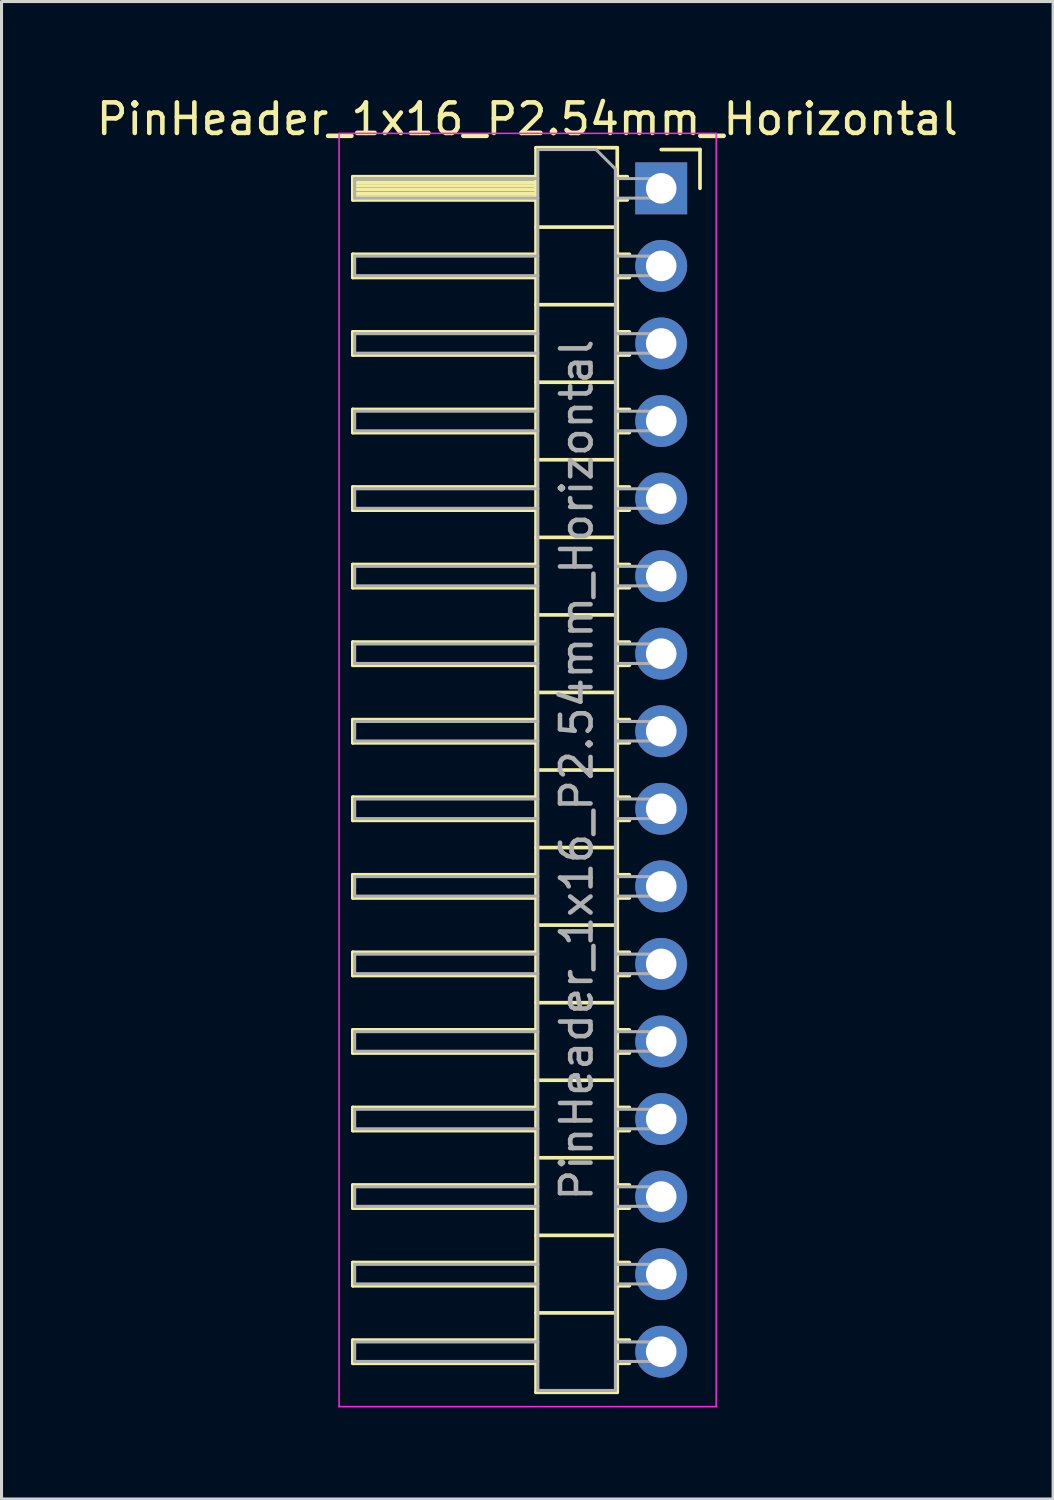
<source format=kicad_pcb>
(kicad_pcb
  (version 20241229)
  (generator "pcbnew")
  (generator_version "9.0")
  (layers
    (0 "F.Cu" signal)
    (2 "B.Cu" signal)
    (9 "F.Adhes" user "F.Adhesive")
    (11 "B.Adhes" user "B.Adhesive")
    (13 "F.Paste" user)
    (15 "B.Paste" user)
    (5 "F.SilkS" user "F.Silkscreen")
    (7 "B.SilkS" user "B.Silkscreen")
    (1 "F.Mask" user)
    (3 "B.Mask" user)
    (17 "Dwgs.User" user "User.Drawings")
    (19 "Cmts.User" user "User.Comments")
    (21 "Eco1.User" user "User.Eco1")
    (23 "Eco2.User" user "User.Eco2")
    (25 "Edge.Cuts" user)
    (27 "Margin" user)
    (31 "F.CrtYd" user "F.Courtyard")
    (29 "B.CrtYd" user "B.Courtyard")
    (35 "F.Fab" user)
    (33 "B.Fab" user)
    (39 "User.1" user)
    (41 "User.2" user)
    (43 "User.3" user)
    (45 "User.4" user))
  (footprint "PinHeader_1x16_P2.54mm_Horizontal"
    (layer "F.Cu")
    (at 18.605 3.118)
    (property "Reference" "PinHeader_1x16_P2.54mm_Horizontal" (at -4.385 -2.27 0) (layer "F.SilkS") (effects (font (size 1 1) (thickness 0.15))))
    (attr through_hole)
    (fp_line (start -10.1 -0.38) (end -10.1 0.38) (stroke (width 0.12) (type solid)) (layer "F.SilkS"))
    (fp_line (start -10.1 0.38) (end -4.1 0.38) (stroke (width 0.12) (type solid)) (layer "F.SilkS"))
    (fp_line (start -10.1 2.16) (end -10.1 2.92) (stroke (width 0.12) (type solid)) (layer "F.SilkS"))
    (fp_line (start -10.1 2.92) (end -4.1 2.92) (stroke (width 0.12) (type solid)) (layer "F.SilkS"))
    (fp_line (start -10.1 4.7) (end -10.1 5.46) (stroke (width 0.12) (type solid)) (layer "F.SilkS"))
    (fp_line (start -10.1 5.46) (end -4.1 5.46) (stroke (width 0.12) (type solid)) (layer "F.SilkS"))
    (fp_line (start -10.1 7.24) (end -10.1 8) (stroke (width 0.12) (type solid)) (layer "F.SilkS"))
    (fp_line (start -10.1 8) (end -4.1 8) (stroke (width 0.12) (type solid)) (layer "F.SilkS"))
    (fp_line (start -10.1 9.78) (end -10.1 10.54) (stroke (width 0.12) (type solid)) (layer "F.SilkS"))
    (fp_line (start -10.1 10.54) (end -4.1 10.54) (stroke (width 0.12) (type solid)) (layer "F.SilkS"))
    (fp_line (start -10.1 12.32) (end -10.1 13.08) (stroke (width 0.12) (type solid)) (layer "F.SilkS"))
    (fp_line (start -10.1 13.08) (end -4.1 13.08) (stroke (width 0.12) (type solid)) (layer "F.SilkS"))
    (fp_line (start -10.1 14.86) (end -10.1 15.62) (stroke (width 0.12) (type solid)) (layer "F.SilkS"))
    (fp_line (start -10.1 15.62) (end -4.1 15.62) (stroke (width 0.12) (type solid)) (layer "F.SilkS"))
    (fp_line (start -10.1 17.4) (end -10.1 18.16) (stroke (width 0.12) (type solid)) (layer "F.SilkS"))
    (fp_line (start -10.1 18.16) (end -4.1 18.16) (stroke (width 0.12) (type solid)) (layer "F.SilkS"))
    (fp_line (start -10.1 19.94) (end -10.1 20.7) (stroke (width 0.12) (type solid)) (layer "F.SilkS"))
    (fp_line (start -10.1 20.7) (end -4.1 20.7) (stroke (width 0.12) (type solid)) (layer "F.SilkS"))
    (fp_line (start -10.1 22.48) (end -10.1 23.24) (stroke (width 0.12) (type solid)) (layer "F.SilkS"))
    (fp_line (start -10.1 23.24) (end -4.1 23.24) (stroke (width 0.12) (type solid)) (layer "F.SilkS"))
    (fp_line (start -10.1 25.02) (end -10.1 25.78) (stroke (width 0.12) (type solid)) (layer "F.SilkS"))
    (fp_line (start -10.1 25.78) (end -4.1 25.78) (stroke (width 0.12) (type solid)) (layer "F.SilkS"))
    (fp_line (start -10.1 27.56) (end -10.1 28.32) (stroke (width 0.12) (type solid)) (layer "F.SilkS"))
    (fp_line (start -10.1 28.32) (end -4.1 28.32) (stroke (width 0.12) (type solid)) (layer "F.SilkS"))
    (fp_line (start -10.1 30.1) (end -10.1 30.86) (stroke (width 0.12) (type solid)) (layer "F.SilkS"))
    (fp_line (start -10.1 30.86) (end -4.1 30.86) (stroke (width 0.12) (type solid)) (layer "F.SilkS"))
    (fp_line (start -10.1 32.64) (end -10.1 33.4) (stroke (width 0.12) (type solid)) (layer "F.SilkS"))
    (fp_line (start -10.1 33.4) (end -4.1 33.4) (stroke (width 0.12) (type solid)) (layer "F.SilkS"))
    (fp_line (start -10.1 35.18) (end -10.1 35.94) (stroke (width 0.12) (type solid)) (layer "F.SilkS"))
    (fp_line (start -10.1 35.94) (end -4.1 35.94) (stroke (width 0.12) (type solid)) (layer "F.SilkS"))
    (fp_line (start -10.1 37.72) (end -10.1 38.48) (stroke (width 0.12) (type solid)) (layer "F.SilkS"))
    (fp_line (start -10.1 38.48) (end -4.1 38.48) (stroke (width 0.12) (type solid)) (layer "F.SilkS"))
    (fp_line (start -4.1 -1.33) (end -1.44 -1.33) (stroke (width 0.12) (type solid)) (layer "F.SilkS"))
    (fp_line (start -4.1 -0.38) (end -10.1 -0.38) (stroke (width 0.12) (type solid)) (layer "F.SilkS"))
    (fp_line (start -4.1 -0.32) (end -10.1 -0.32) (stroke (width 0.12) (type solid)) (layer "F.SilkS"))
    (fp_line (start -4.1 -0.2) (end -10.1 -0.2) (stroke (width 0.12) (type solid)) (layer "F.SilkS"))
    (fp_line (start -4.1 -0.08) (end -10.1 -0.08) (stroke (width 0.12) (type solid)) (layer "F.SilkS"))
    (fp_line (start -4.1 0.04) (end -10.1 0.04) (stroke (width 0.12) (type solid)) (layer "F.SilkS"))
    (fp_line (start -4.1 0.16) (end -10.1 0.16) (stroke (width 0.12) (type solid)) (layer "F.SilkS"))
    (fp_line (start -4.1 0.28) (end -10.1 0.28) (stroke (width 0.12) (type solid)) (layer "F.SilkS"))
    (fp_line (start -4.1 2.16) (end -10.1 2.16) (stroke (width 0.12) (type solid)) (layer "F.SilkS"))
    (fp_line (start -4.1 4.7) (end -10.1 4.7) (stroke (width 0.12) (type solid)) (layer "F.SilkS"))
    (fp_line (start -4.1 7.24) (end -10.1 7.24) (stroke (width 0.12) (type solid)) (layer "F.SilkS"))
    (fp_line (start -4.1 9.78) (end -10.1 9.78) (stroke (width 0.12) (type solid)) (layer "F.SilkS"))
    (fp_line (start -4.1 12.32) (end -10.1 12.32) (stroke (width 0.12) (type solid)) (layer "F.SilkS"))
    (fp_line (start -4.1 14.86) (end -10.1 14.86) (stroke (width 0.12) (type solid)) (layer "F.SilkS"))
    (fp_line (start -4.1 17.4) (end -10.1 17.4) (stroke (width 0.12) (type solid)) (layer "F.SilkS"))
    (fp_line (start -4.1 19.94) (end -10.1 19.94) (stroke (width 0.12) (type solid)) (layer "F.SilkS"))
    (fp_line (start -4.1 22.48) (end -10.1 22.48) (stroke (width 0.12) (type solid)) (layer "F.SilkS"))
    (fp_line (start -4.1 25.02) (end -10.1 25.02) (stroke (width 0.12) (type solid)) (layer "F.SilkS"))
    (fp_line (start -4.1 27.56) (end -10.1 27.56) (stroke (width 0.12) (type solid)) (layer "F.SilkS"))
    (fp_line (start -4.1 30.1) (end -10.1 30.1) (stroke (width 0.12) (type solid)) (layer "F.SilkS"))
    (fp_line (start -4.1 32.64) (end -10.1 32.64) (stroke (width 0.12) (type solid)) (layer "F.SilkS"))
    (fp_line (start -4.1 35.18) (end -10.1 35.18) (stroke (width 0.12) (type solid)) (layer "F.SilkS"))
    (fp_line (start -4.1 37.72) (end -10.1 37.72) (stroke (width 0.12) (type solid)) (layer "F.SilkS"))
    (fp_line (start -4.1 39.43) (end -4.1 -1.33) (stroke (width 0.12) (type solid)) (layer "F.SilkS"))
    (fp_line (start -1.44 -1.33) (end -1.44 39.43) (stroke (width 0.12) (type solid)) (layer "F.SilkS"))
    (fp_line (start -1.44 1.27) (end -4.1 1.27) (stroke (width 0.12) (type solid)) (layer "F.SilkS"))
    (fp_line (start -1.44 3.81) (end -4.1 3.81) (stroke (width 0.12) (type solid)) (layer "F.SilkS"))
    (fp_line (start -1.44 6.35) (end -4.1 6.35) (stroke (width 0.12) (type solid)) (layer "F.SilkS"))
    (fp_line (start -1.44 8.89) (end -4.1 8.89) (stroke (width 0.12) (type solid)) (layer "F.SilkS"))
    (fp_line (start -1.44 11.43) (end -4.1 11.43) (stroke (width 0.12) (type solid)) (layer "F.SilkS"))
    (fp_line (start -1.44 13.97) (end -4.1 13.97) (stroke (width 0.12) (type solid)) (layer "F.SilkS"))
    (fp_line (start -1.44 16.51) (end -4.1 16.51) (stroke (width 0.12) (type solid)) (layer "F.SilkS"))
    (fp_line (start -1.44 19.05) (end -4.1 19.05) (stroke (width 0.12) (type solid)) (layer "F.SilkS"))
    (fp_line (start -1.44 21.59) (end -4.1 21.59) (stroke (width 0.12) (type solid)) (layer "F.SilkS"))
    (fp_line (start -1.44 24.13) (end -4.1 24.13) (stroke (width 0.12) (type solid)) (layer "F.SilkS"))
    (fp_line (start -1.44 26.67) (end -4.1 26.67) (stroke (width 0.12) (type solid)) (layer "F.SilkS"))
    (fp_line (start -1.44 29.21) (end -4.1 29.21) (stroke (width 0.12) (type solid)) (layer "F.SilkS"))
    (fp_line (start -1.44 31.75) (end -4.1 31.75) (stroke (width 0.12) (type solid)) (layer "F.SilkS"))
    (fp_line (start -1.44 34.29) (end -4.1 34.29) (stroke (width 0.12) (type solid)) (layer "F.SilkS"))
    (fp_line (start -1.44 36.83) (end -4.1 36.83) (stroke (width 0.12) (type solid)) (layer "F.SilkS"))
    (fp_line (start -1.44 39.43) (end -4.1 39.43) (stroke (width 0.12) (type solid)) (layer "F.SilkS"))
    (fp_line (start -1.11 -0.38) (end -1.44 -0.38) (stroke (width 0.12) (type solid)) (layer "F.SilkS"))
    (fp_line (start -1.11 0.38) (end -1.44 0.38) (stroke (width 0.12) (type solid)) (layer "F.SilkS"))
    (fp_line (start -1.043 2.16) (end -1.44 2.16) (stroke (width 0.12) (type solid)) (layer "F.SilkS"))
    (fp_line (start -1.043 2.92) (end -1.44 2.92) (stroke (width 0.12) (type solid)) (layer "F.SilkS"))
    (fp_line (start -1.043 4.7) (end -1.44 4.7) (stroke (width 0.12) (type solid)) (layer "F.SilkS"))
    (fp_line (start -1.043 5.46) (end -1.44 5.46) (stroke (width 0.12) (type solid)) (layer "F.SilkS"))
    (fp_line (start -1.043 7.24) (end -1.44 7.24) (stroke (width 0.12) (type solid)) (layer "F.SilkS"))
    (fp_line (start -1.043 8) (end -1.44 8) (stroke (width 0.12) (type solid)) (layer "F.SilkS"))
    (fp_line (start -1.043 9.78) (end -1.44 9.78) (stroke (width 0.12) (type solid)) (layer "F.SilkS"))
    (fp_line (start -1.043 10.54) (end -1.44 10.54) (stroke (width 0.12) (type solid)) (layer "F.SilkS"))
    (fp_line (start -1.043 12.32) (end -1.44 12.32) (stroke (width 0.12) (type solid)) (layer "F.SilkS"))
    (fp_line (start -1.043 13.08) (end -1.44 13.08) (stroke (width 0.12) (type solid)) (layer "F.SilkS"))
    (fp_line (start -1.043 14.86) (end -1.44 14.86) (stroke (width 0.12) (type solid)) (layer "F.SilkS"))
    (fp_line (start -1.043 15.62) (end -1.44 15.62) (stroke (width 0.12) (type solid)) (layer "F.SilkS"))
    (fp_line (start -1.043 17.4) (end -1.44 17.4) (stroke (width 0.12) (type solid)) (layer "F.SilkS"))
    (fp_line (start -1.043 18.16) (end -1.44 18.16) (stroke (width 0.12) (type solid)) (layer "F.SilkS"))
    (fp_line (start -1.043 19.94) (end -1.44 19.94) (stroke (width 0.12) (type solid)) (layer "F.SilkS"))
    (fp_line (start -1.043 20.7) (end -1.44 20.7) (stroke (width 0.12) (type solid)) (layer "F.SilkS"))
    (fp_line (start -1.043 22.48) (end -1.44 22.48) (stroke (width 0.12) (type solid)) (layer "F.SilkS"))
    (fp_line (start -1.043 23.24) (end -1.44 23.24) (stroke (width 0.12) (type solid)) (layer "F.SilkS"))
    (fp_line (start -1.043 25.02) (end -1.44 25.02) (stroke (width 0.12) (type solid)) (layer "F.SilkS"))
    (fp_line (start -1.043 25.78) (end -1.44 25.78) (stroke (width 0.12) (type solid)) (layer "F.SilkS"))
    (fp_line (start -1.043 27.56) (end -1.44 27.56) (stroke (width 0.12) (type solid)) (layer "F.SilkS"))
    (fp_line (start -1.043 28.32) (end -1.44 28.32) (stroke (width 0.12) (type solid)) (layer "F.SilkS"))
    (fp_line (start -1.043 30.1) (end -1.44 30.1) (stroke (width 0.12) (type solid)) (layer "F.SilkS"))
    (fp_line (start -1.043 30.86) (end -1.44 30.86) (stroke (width 0.12) (type solid)) (layer "F.SilkS"))
    (fp_line (start -1.043 32.64) (end -1.44 32.64) (stroke (width 0.12) (type solid)) (layer "F.SilkS"))
    (fp_line (start -1.043 33.4) (end -1.44 33.4) (stroke (width 0.12) (type solid)) (layer "F.SilkS"))
    (fp_line (start -1.043 35.18) (end -1.44 35.18) (stroke (width 0.12) (type solid)) (layer "F.SilkS"))
    (fp_line (start -1.043 35.94) (end -1.44 35.94) (stroke (width 0.12) (type solid)) (layer "F.SilkS"))
    (fp_line (start -1.043 37.72) (end -1.44 37.72) (stroke (width 0.12) (type solid)) (layer "F.SilkS"))
    (fp_line (start -1.043 38.48) (end -1.44 38.48) (stroke (width 0.12) (type solid)) (layer "F.SilkS"))
    (fp_line (start 1.27 -1.27) (end 0 -1.27) (stroke (width 0.12) (type solid)) (layer "F.SilkS"))
    (fp_line (start 1.27 0) (end 1.27 -1.27) (stroke (width 0.12) (type solid)) (layer "F.SilkS"))
    (fp_line (start -10.55 -1.8) (end 1.8 -1.8) (stroke (width 0.05) (type solid)) (layer "F.CrtYd"))
    (fp_line (start -10.55 39.9) (end -10.55 -1.8) (stroke (width 0.05) (type solid)) (layer "F.CrtYd"))
    (fp_line (start 1.8 -1.8) (end 1.8 39.9) (stroke (width 0.05) (type solid)) (layer "F.CrtYd"))
    (fp_line (start 1.8 39.9) (end -10.55 39.9) (stroke (width 0.05) (type solid)) (layer "F.CrtYd"))
    (fp_line (start -10.04 -0.32) (end -10.04 0.32) (stroke (width 0.1) (type solid)) (layer "F.Fab"))
    (fp_line (start -10.04 2.22) (end -10.04 2.86) (stroke (width 0.1) (type solid)) (layer "F.Fab"))
    (fp_line (start -10.04 4.76) (end -10.04 5.4) (stroke (width 0.1) (type solid)) (layer "F.Fab"))
    (fp_line (start -10.04 7.3) (end -10.04 7.94) (stroke (width 0.1) (type solid)) (layer "F.Fab"))
    (fp_line (start -10.04 9.84) (end -10.04 10.48) (stroke (width 0.1) (type solid)) (layer "F.Fab"))
    (fp_line (start -10.04 12.38) (end -10.04 13.02) (stroke (width 0.1) (type solid)) (layer "F.Fab"))
    (fp_line (start -10.04 14.92) (end -10.04 15.56) (stroke (width 0.1) (type solid)) (layer "F.Fab"))
    (fp_line (start -10.04 17.46) (end -10.04 18.1) (stroke (width 0.1) (type solid)) (layer "F.Fab"))
    (fp_line (start -10.04 20) (end -10.04 20.64) (stroke (width 0.1) (type solid)) (layer "F.Fab"))
    (fp_line (start -10.04 22.54) (end -10.04 23.18) (stroke (width 0.1) (type solid)) (layer "F.Fab"))
    (fp_line (start -10.04 25.08) (end -10.04 25.72) (stroke (width 0.1) (type solid)) (layer "F.Fab"))
    (fp_line (start -10.04 27.62) (end -10.04 28.26) (stroke (width 0.1) (type solid)) (layer "F.Fab"))
    (fp_line (start -10.04 30.16) (end -10.04 30.8) (stroke (width 0.1) (type solid)) (layer "F.Fab"))
    (fp_line (start -10.04 32.7) (end -10.04 33.34) (stroke (width 0.1) (type solid)) (layer "F.Fab"))
    (fp_line (start -10.04 35.24) (end -10.04 35.88) (stroke (width 0.1) (type solid)) (layer "F.Fab"))
    (fp_line (start -10.04 37.78) (end -10.04 38.42) (stroke (width 0.1) (type solid)) (layer "F.Fab"))
    (fp_line (start -4.04 -1.27) (end -4.04 39.37) (stroke (width 0.1) (type solid)) (layer "F.Fab"))
    (fp_line (start -4.04 -0.32) (end -10.04 -0.32) (stroke (width 0.1) (type solid)) (layer "F.Fab"))
    (fp_line (start -4.04 0.32) (end -10.04 0.32) (stroke (width 0.1) (type solid)) (layer "F.Fab"))
    (fp_line (start -4.04 2.22) (end -10.04 2.22) (stroke (width 0.1) (type solid)) (layer "F.Fab"))
    (fp_line (start -4.04 2.86) (end -10.04 2.86) (stroke (width 0.1) (type solid)) (layer "F.Fab"))
    (fp_line (start -4.04 4.76) (end -10.04 4.76) (stroke (width 0.1) (type solid)) (layer "F.Fab"))
    (fp_line (start -4.04 5.4) (end -10.04 5.4) (stroke (width 0.1) (type solid)) (layer "F.Fab"))
    (fp_line (start -4.04 7.3) (end -10.04 7.3) (stroke (width 0.1) (type solid)) (layer "F.Fab"))
    (fp_line (start -4.04 7.94) (end -10.04 7.94) (stroke (width 0.1) (type solid)) (layer "F.Fab"))
    (fp_line (start -4.04 9.84) (end -10.04 9.84) (stroke (width 0.1) (type solid)) (layer "F.Fab"))
    (fp_line (start -4.04 10.48) (end -10.04 10.48) (stroke (width 0.1) (type solid)) (layer "F.Fab"))
    (fp_line (start -4.04 12.38) (end -10.04 12.38) (stroke (width 0.1) (type solid)) (layer "F.Fab"))
    (fp_line (start -4.04 13.02) (end -10.04 13.02) (stroke (width 0.1) (type solid)) (layer "F.Fab"))
    (fp_line (start -4.04 14.92) (end -10.04 14.92) (stroke (width 0.1) (type solid)) (layer "F.Fab"))
    (fp_line (start -4.04 15.56) (end -10.04 15.56) (stroke (width 0.1) (type solid)) (layer "F.Fab"))
    (fp_line (start -4.04 17.46) (end -10.04 17.46) (stroke (width 0.1) (type solid)) (layer "F.Fab"))
    (fp_line (start -4.04 18.1) (end -10.04 18.1) (stroke (width 0.1) (type solid)) (layer "F.Fab"))
    (fp_line (start -4.04 20) (end -10.04 20) (stroke (width 0.1) (type solid)) (layer "F.Fab"))
    (fp_line (start -4.04 20.64) (end -10.04 20.64) (stroke (width 0.1) (type solid)) (layer "F.Fab"))
    (fp_line (start -4.04 22.54) (end -10.04 22.54) (stroke (width 0.1) (type solid)) (layer "F.Fab"))
    (fp_line (start -4.04 23.18) (end -10.04 23.18) (stroke (width 0.1) (type solid)) (layer "F.Fab"))
    (fp_line (start -4.04 25.08) (end -10.04 25.08) (stroke (width 0.1) (type solid)) (layer "F.Fab"))
    (fp_line (start -4.04 25.72) (end -10.04 25.72) (stroke (width 0.1) (type solid)) (layer "F.Fab"))
    (fp_line (start -4.04 27.62) (end -10.04 27.62) (stroke (width 0.1) (type solid)) (layer "F.Fab"))
    (fp_line (start -4.04 28.26) (end -10.04 28.26) (stroke (width 0.1) (type solid)) (layer "F.Fab"))
    (fp_line (start -4.04 30.16) (end -10.04 30.16) (stroke (width 0.1) (type solid)) (layer "F.Fab"))
    (fp_line (start -4.04 30.8) (end -10.04 30.8) (stroke (width 0.1) (type solid)) (layer "F.Fab"))
    (fp_line (start -4.04 32.7) (end -10.04 32.7) (stroke (width 0.1) (type solid)) (layer "F.Fab"))
    (fp_line (start -4.04 33.34) (end -10.04 33.34) (stroke (width 0.1) (type solid)) (layer "F.Fab"))
    (fp_line (start -4.04 35.24) (end -10.04 35.24) (stroke (width 0.1) (type solid)) (layer "F.Fab"))
    (fp_line (start -4.04 35.88) (end -10.04 35.88) (stroke (width 0.1) (type solid)) (layer "F.Fab"))
    (fp_line (start -4.04 37.78) (end -10.04 37.78) (stroke (width 0.1) (type solid)) (layer "F.Fab"))
    (fp_line (start -4.04 38.42) (end -10.04 38.42) (stroke (width 0.1) (type solid)) (layer "F.Fab"))
    (fp_line (start -4.04 39.37) (end -1.5 39.37) (stroke (width 0.1) (type solid)) (layer "F.Fab"))
    (fp_line (start -2.135 -1.27) (end -4.04 -1.27) (stroke (width 0.1) (type solid)) (layer "F.Fab"))
    (fp_line (start -1.5 -0.635) (end -2.135 -1.27) (stroke (width 0.1) (type solid)) (layer "F.Fab"))
    (fp_line (start -1.5 39.37) (end -1.5 -0.635) (stroke (width 0.1) (type solid)) (layer "F.Fab"))
    (fp_line (start 0.32 -0.32) (end -1.5 -0.32) (stroke (width 0.1) (type solid)) (layer "F.Fab"))
    (fp_line (start 0.32 -0.32) (end 0.32 0.32) (stroke (width 0.1) (type solid)) (layer "F.Fab"))
    (fp_line (start 0.32 0.32) (end -1.5 0.32) (stroke (width 0.1) (type solid)) (layer "F.Fab"))
    (fp_line (start 0.32 2.22) (end -1.5 2.22) (stroke (width 0.1) (type solid)) (layer "F.Fab"))
    (fp_line (start 0.32 2.22) (end 0.32 2.86) (stroke (width 0.1) (type solid)) (layer "F.Fab"))
    (fp_line (start 0.32 2.86) (end -1.5 2.86) (stroke (width 0.1) (type solid)) (layer "F.Fab"))
    (fp_line (start 0.32 4.76) (end -1.5 4.76) (stroke (width 0.1) (type solid)) (layer "F.Fab"))
    (fp_line (start 0.32 4.76) (end 0.32 5.4) (stroke (width 0.1) (type solid)) (layer "F.Fab"))
    (fp_line (start 0.32 5.4) (end -1.5 5.4) (stroke (width 0.1) (type solid)) (layer "F.Fab"))
    (fp_line (start 0.32 7.3) (end -1.5 7.3) (stroke (width 0.1) (type solid)) (layer "F.Fab"))
    (fp_line (start 0.32 7.3) (end 0.32 7.94) (stroke (width 0.1) (type solid)) (layer "F.Fab"))
    (fp_line (start 0.32 7.94) (end -1.5 7.94) (stroke (width 0.1) (type solid)) (layer "F.Fab"))
    (fp_line (start 0.32 9.84) (end -1.5 9.84) (stroke (width 0.1) (type solid)) (layer "F.Fab"))
    (fp_line (start 0.32 9.84) (end 0.32 10.48) (stroke (width 0.1) (type solid)) (layer "F.Fab"))
    (fp_line (start 0.32 10.48) (end -1.5 10.48) (stroke (width 0.1) (type solid)) (layer "F.Fab"))
    (fp_line (start 0.32 12.38) (end -1.5 12.38) (stroke (width 0.1) (type solid)) (layer "F.Fab"))
    (fp_line (start 0.32 12.38) (end 0.32 13.02) (stroke (width 0.1) (type solid)) (layer "F.Fab"))
    (fp_line (start 0.32 13.02) (end -1.5 13.02) (stroke (width 0.1) (type solid)) (layer "F.Fab"))
    (fp_line (start 0.32 14.92) (end -1.5 14.92) (stroke (width 0.1) (type solid)) (layer "F.Fab"))
    (fp_line (start 0.32 14.92) (end 0.32 15.56) (stroke (width 0.1) (type solid)) (layer "F.Fab"))
    (fp_line (start 0.32 15.56) (end -1.5 15.56) (stroke (width 0.1) (type solid)) (layer "F.Fab"))
    (fp_line (start 0.32 17.46) (end -1.5 17.46) (stroke (width 0.1) (type solid)) (layer "F.Fab"))
    (fp_line (start 0.32 17.46) (end 0.32 18.1) (stroke (width 0.1) (type solid)) (layer "F.Fab"))
    (fp_line (start 0.32 18.1) (end -1.5 18.1) (stroke (width 0.1) (type solid)) (layer "F.Fab"))
    (fp_line (start 0.32 20) (end -1.5 20) (stroke (width 0.1) (type solid)) (layer "F.Fab"))
    (fp_line (start 0.32 20) (end 0.32 20.64) (stroke (width 0.1) (type solid)) (layer "F.Fab"))
    (fp_line (start 0.32 20.64) (end -1.5 20.64) (stroke (width 0.1) (type solid)) (layer "F.Fab"))
    (fp_line (start 0.32 22.54) (end -1.5 22.54) (stroke (width 0.1) (type solid)) (layer "F.Fab"))
    (fp_line (start 0.32 22.54) (end 0.32 23.18) (stroke (width 0.1) (type solid)) (layer "F.Fab"))
    (fp_line (start 0.32 23.18) (end -1.5 23.18) (stroke (width 0.1) (type solid)) (layer "F.Fab"))
    (fp_line (start 0.32 25.08) (end -1.5 25.08) (stroke (width 0.1) (type solid)) (layer "F.Fab"))
    (fp_line (start 0.32 25.08) (end 0.32 25.72) (stroke (width 0.1) (type solid)) (layer "F.Fab"))
    (fp_line (start 0.32 25.72) (end -1.5 25.72) (stroke (width 0.1) (type solid)) (layer "F.Fab"))
    (fp_line (start 0.32 27.62) (end -1.5 27.62) (stroke (width 0.1) (type solid)) (layer "F.Fab"))
    (fp_line (start 0.32 27.62) (end 0.32 28.26) (stroke (width 0.1) (type solid)) (layer "F.Fab"))
    (fp_line (start 0.32 28.26) (end -1.5 28.26) (stroke (width 0.1) (type solid)) (layer "F.Fab"))
    (fp_line (start 0.32 30.16) (end -1.5 30.16) (stroke (width 0.1) (type solid)) (layer "F.Fab"))
    (fp_line (start 0.32 30.16) (end 0.32 30.8) (stroke (width 0.1) (type solid)) (layer "F.Fab"))
    (fp_line (start 0.32 30.8) (end -1.5 30.8) (stroke (width 0.1) (type solid)) (layer "F.Fab"))
    (fp_line (start 0.32 32.7) (end -1.5 32.7) (stroke (width 0.1) (type solid)) (layer "F.Fab"))
    (fp_line (start 0.32 32.7) (end 0.32 33.34) (stroke (width 0.1) (type solid)) (layer "F.Fab"))
    (fp_line (start 0.32 33.34) (end -1.5 33.34) (stroke (width 0.1) (type solid)) (layer "F.Fab"))
    (fp_line (start 0.32 35.24) (end -1.5 35.24) (stroke (width 0.1) (type solid)) (layer "F.Fab"))
    (fp_line (start 0.32 35.24) (end 0.32 35.88) (stroke (width 0.1) (type solid)) (layer "F.Fab"))
    (fp_line (start 0.32 35.88) (end -1.5 35.88) (stroke (width 0.1) (type solid)) (layer "F.Fab"))
    (fp_line (start 0.32 37.78) (end -1.5 37.78) (stroke (width 0.1) (type solid)) (layer "F.Fab"))
    (fp_line (start 0.32 37.78) (end 0.32 38.42) (stroke (width 0.1) (type solid)) (layer "F.Fab"))
    (fp_line (start 0.32 38.42) (end -1.5 38.42) (stroke (width 0.1) (type solid)) (layer "F.Fab"))
    (fp_text user "${REFERENCE}" (at -2.77 19.05 90) (layer "F.Fab") (effects (font (size 1 1) (thickness 0.15))))
    (pad "1" thru_hole rect (at 0 0) (size 1.7 1.7) (drill 1) (layers "*.Cu" "*.Mask"))
    (pad "2" thru_hole oval (at 0 2.54) (size 1.7 1.7) (drill 1) (layers "*.Cu" "*.Mask"))
    (pad "3" thru_hole oval (at 0 5.08) (size 1.7 1.7) (drill 1) (layers "*.Cu" "*.Mask"))
    (pad "4" thru_hole oval (at 0 7.62) (size 1.7 1.7) (drill 1) (layers "*.Cu" "*.Mask"))
    (pad "5" thru_hole oval (at 0 10.16) (size 1.7 1.7) (drill 1) (layers "*.Cu" "*.Mask"))
    (pad "6" thru_hole oval (at 0 12.7) (size 1.7 1.7) (drill 1) (layers "*.Cu" "*.Mask"))
    (pad "7" thru_hole oval (at 0 15.24) (size 1.7 1.7) (drill 1) (layers "*.Cu" "*.Mask"))
    (pad "8" thru_hole oval (at 0 17.78) (size 1.7 1.7) (drill 1) (layers "*.Cu" "*.Mask"))
    (pad "9" thru_hole oval (at 0 20.32) (size 1.7 1.7) (drill 1) (layers "*.Cu" "*.Mask"))
    (pad "10" thru_hole oval (at 0 22.86) (size 1.7 1.7) (drill 1) (layers "*.Cu" "*.Mask"))
    (pad "11" thru_hole oval (at 0 25.4) (size 1.7 1.7) (drill 1) (layers "*.Cu" "*.Mask"))
    (pad "12" thru_hole oval (at 0 27.94) (size 1.7 1.7) (drill 1) (layers "*.Cu" "*.Mask"))
    (pad "13" thru_hole oval (at 0 30.48) (size 1.7 1.7) (drill 1) (layers "*.Cu" "*.Mask"))
    (pad "14" thru_hole oval (at 0 33.02) (size 1.7 1.7) (drill 1) (layers "*.Cu" "*.Mask"))
    (pad "15" thru_hole oval (at 0 35.56) (size 1.7 1.7) (drill 1) (layers "*.Cu" "*.Mask"))
    (pad "16" thru_hole oval (at 0 38.1) (size 1.7 1.7) (drill 1) (layers "*.Cu" "*.Mask")))
  (gr_rect
    (start -3 -3)
    (end 31.44 46.043)
    (stroke (width 0.1) (type default))
    (fill no)
    (layer "Edge.Cuts")))
</source>
